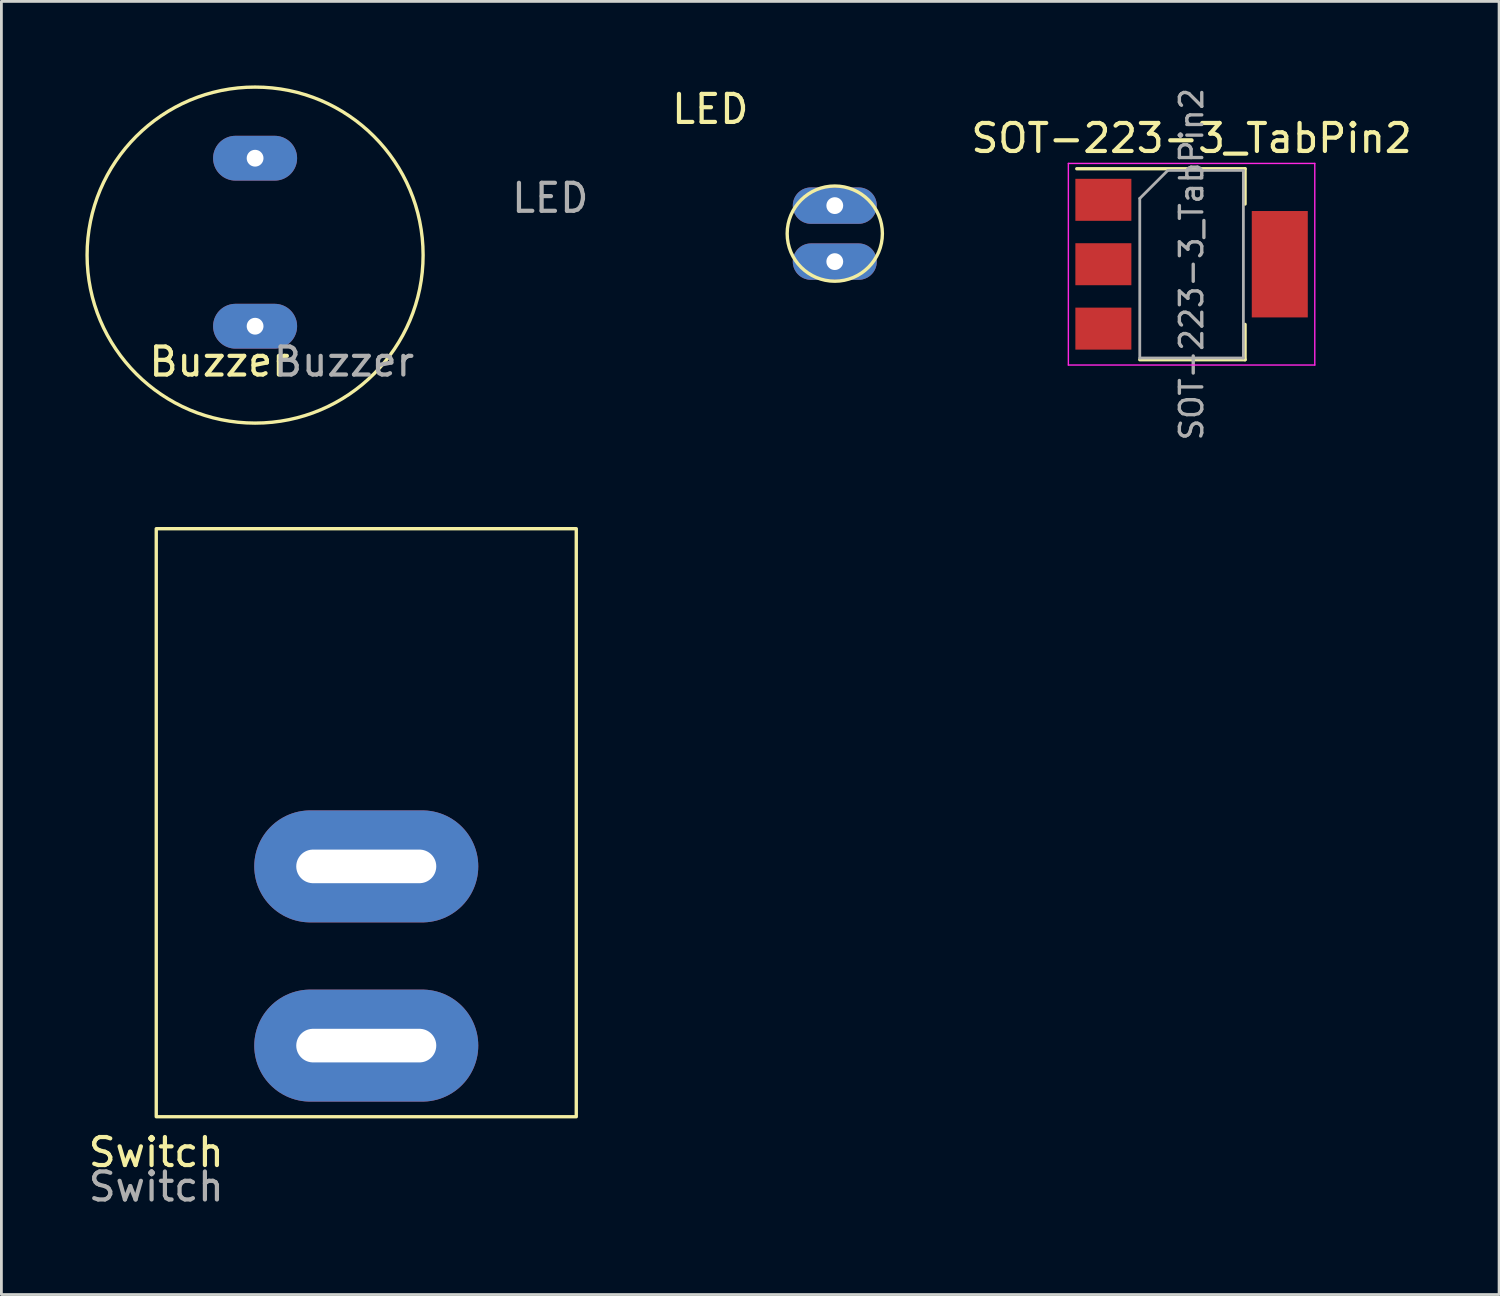
<source format=kicad_pcb>
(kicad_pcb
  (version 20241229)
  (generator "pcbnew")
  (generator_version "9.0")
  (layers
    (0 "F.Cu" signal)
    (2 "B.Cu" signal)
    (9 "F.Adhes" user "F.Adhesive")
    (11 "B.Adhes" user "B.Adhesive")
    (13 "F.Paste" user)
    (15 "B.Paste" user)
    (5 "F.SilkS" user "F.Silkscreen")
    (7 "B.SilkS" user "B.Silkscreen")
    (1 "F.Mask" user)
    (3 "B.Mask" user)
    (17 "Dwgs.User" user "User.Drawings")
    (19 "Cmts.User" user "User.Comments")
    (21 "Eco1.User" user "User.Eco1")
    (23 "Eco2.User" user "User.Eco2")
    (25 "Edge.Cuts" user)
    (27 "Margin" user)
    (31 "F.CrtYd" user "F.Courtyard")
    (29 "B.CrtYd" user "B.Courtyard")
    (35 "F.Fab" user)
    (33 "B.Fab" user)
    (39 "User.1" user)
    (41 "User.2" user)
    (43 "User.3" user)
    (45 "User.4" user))
  (footprint "SOT-223-3_TabPin2"
    (layer "F.Cu")
    (at 39.504 6.386)
    (property "Reference" "SOT-223-3_TabPin2" (at 0 -4.5 0) (layer "F.SilkS") (effects (font (size 1 1) (thickness 0.15))))
    (attr smd)
    (fp_line (start -4.1 -3.41) (end 1.91 -3.41) (stroke (width 0.12) (type solid)) (layer "F.SilkS"))
    (fp_line (start -1.85 3.41) (end 1.91 3.41) (stroke (width 0.12) (type solid)) (layer "F.SilkS"))
    (fp_line (start 1.91 -3.41) (end 1.91 -2.15) (stroke (width 0.12) (type solid)) (layer "F.SilkS"))
    (fp_line (start 1.91 3.41) (end 1.91 2.15) (stroke (width 0.12) (type solid)) (layer "F.SilkS"))
    (fp_line (start -4.4 -3.6) (end -4.4 3.6) (stroke (width 0.05) (type solid)) (layer "F.CrtYd"))
    (fp_line (start -4.4 3.6) (end 4.4 3.6) (stroke (width 0.05) (type solid)) (layer "F.CrtYd"))
    (fp_line (start 4.4 -3.6) (end -4.4 -3.6) (stroke (width 0.05) (type solid)) (layer "F.CrtYd"))
    (fp_line (start 4.4 3.6) (end 4.4 -3.6) (stroke (width 0.05) (type solid)) (layer "F.CrtYd"))
    (fp_line (start -1.85 -2.35) (end -1.85 3.35) (stroke (width 0.1) (type solid)) (layer "F.Fab"))
    (fp_line (start -1.85 -2.35) (end -0.85 -3.35) (stroke (width 0.1) (type solid)) (layer "F.Fab"))
    (fp_line (start -1.85 3.35) (end 1.85 3.35) (stroke (width 0.1) (type solid)) (layer "F.Fab"))
    (fp_line (start -0.85 -3.35) (end 1.85 -3.35) (stroke (width 0.1) (type solid)) (layer "F.Fab"))
    (fp_line (start 1.85 -3.35) (end 1.85 3.35) (stroke (width 0.1) (type solid)) (layer "F.Fab"))
    (fp_text user "${REFERENCE}" (at 0 0 90) (layer "F.Fab") (effects (font (size 0.8 0.8) (thickness 0.12))))
    (pad "1" smd rect (at -3.15 2.3) (size 2 1.5) (layers "F.Cu" "F.Mask" "F.Paste"))
    (pad "2" smd rect (at -3.15 -2.3) (size 2 1.5) (layers "F.Cu" "F.Mask" "F.Paste"))
    (pad "3" smd rect (at -3.15 0) (size 2 1.5) (layers "F.Cu" "F.Mask" "F.Paste"))
    (pad "3" smd rect (at 3.15 0) (size 2 3.8) (layers "F.Cu" "F.Mask" "F.Paste")))
  (footprint "LED"
    (layer "F.Cu")
    (at 26.762 5.293)
    (property "Reference" "LED" (at -4.445 -4.445 0) (unlocked yes) (layer "F.SilkS") (effects (font (size 1 1) (thickness 0.15))))
    (attr smd)
    (fp_circle (center 0 0) (end 1.7 0) (stroke (width 0.12) (type solid)) (fill no) (layer "F.SilkS"))
    (fp_text user "${REFERENCE}" (at -10.16 -1.27 0) (unlocked yes) (layer "F.Fab") (effects (font (size 1 1) (thickness 0.15))))
    (pad "1" thru_hole oval (at 0 -1) (size 3 1.3) (drill 0.6) (layers "*.Cu" "*.Mask"))
    (pad "2" thru_hole oval (at 0 1) (size 3 1.3) (drill 0.6) (layers "*.Cu" "*.Mask")))
  (footprint "Switch"
    (layer "F.Cu")
    (at 2.53 36.831)
    (property "Reference" "Switch" (at 0 1.27 0) (unlocked yes) (layer "F.SilkS") (effects (font (size 1 1) (thickness 0.15))))
    (attr smd)
    (fp_rect (start 0 -21) (end 15 0) (stroke (width 0.12) (type solid)) (fill no) (layer "F.SilkS"))
    (fp_text user "${REFERENCE}" (at 0 2.5 0) (unlocked yes) (layer "F.Fab") (effects (font (size 1 1) (thickness 0.15))))
    (pad "1" thru_hole oval (at 7.5 -8.94) (size 8 4) (drill oval 5 1.2) (layers "*.Cu" "*.Mask"))
    (pad "2" thru_hole oval (at 7.5 -2.54) (size 8 4) (drill oval 5 1.2) (layers "*.Cu" "*.Mask")))
  (footprint "Buzzer"
    (layer "F.Cu")
    (at 6.06 6.06)
    (property "Reference" "Buzzer" (at -1.27 3.81 0) (unlocked yes) (layer "F.SilkS") (effects (font (size 1 1) (thickness 0.15))))
    (attr smd)
    (fp_circle (center 0 0) (end 6 0) (stroke (width 0.12) (type solid)) (fill no) (layer "F.SilkS"))
    (fp_text user "${REFERENCE}" (at 3.175 3.81 0) (unlocked yes) (layer "F.Fab") (effects (font (size 1 1) (thickness 0.15))))
    (pad "1" thru_hole oval (at 0 -3.46) (size 3 1.6) (drill 0.6) (layers "*.Cu" "*.Mask"))
    (pad "2" thru_hole oval (at 0 2.54) (size 3 1.6) (drill 0.6) (layers "*.Cu" "*.Mask")))
  (gr_rect
    (start -3 -3)
    (end 50.486 43.18)
    (stroke (width 0.1) (type default))
    (fill no)
    (layer "Edge.Cuts")))
</source>
